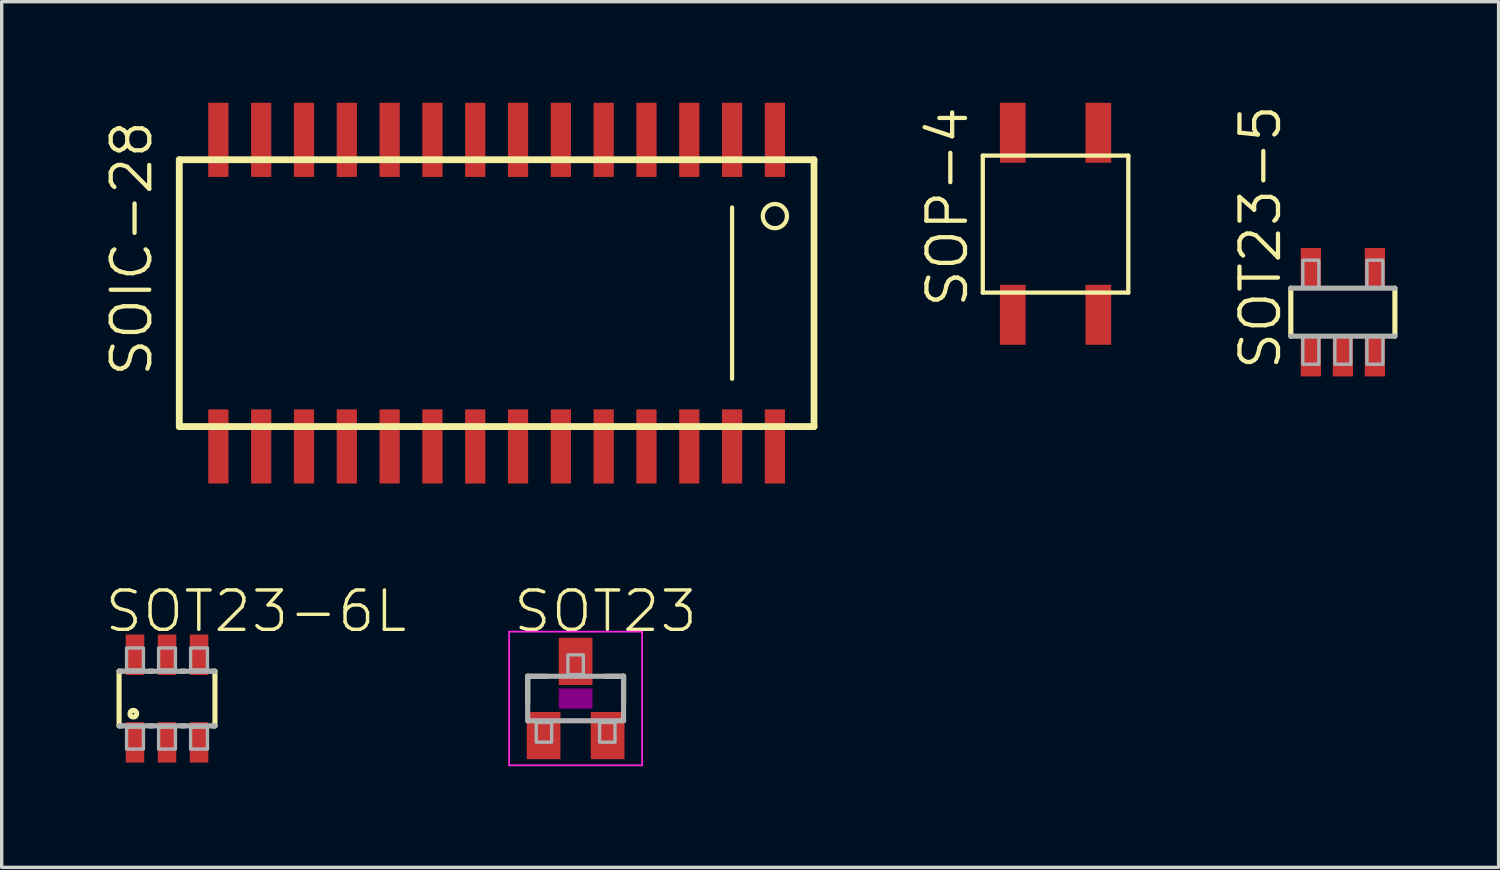
<source format=kicad_pcb>
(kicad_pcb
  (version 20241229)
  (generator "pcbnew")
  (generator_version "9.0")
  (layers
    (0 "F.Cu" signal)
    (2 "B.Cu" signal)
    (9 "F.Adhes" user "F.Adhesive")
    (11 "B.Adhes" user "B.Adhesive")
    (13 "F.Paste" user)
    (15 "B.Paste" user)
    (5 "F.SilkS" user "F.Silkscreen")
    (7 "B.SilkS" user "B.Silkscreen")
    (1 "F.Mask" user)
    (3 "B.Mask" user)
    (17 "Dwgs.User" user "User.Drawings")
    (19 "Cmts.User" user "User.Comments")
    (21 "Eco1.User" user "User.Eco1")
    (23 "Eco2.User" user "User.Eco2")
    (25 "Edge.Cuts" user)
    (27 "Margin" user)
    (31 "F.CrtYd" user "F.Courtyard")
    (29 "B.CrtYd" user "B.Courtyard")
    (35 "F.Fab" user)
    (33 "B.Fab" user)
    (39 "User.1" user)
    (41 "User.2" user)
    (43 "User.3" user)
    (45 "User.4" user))
  (footprint "SOT23"
    (layer "F.Cu")
    (at 14.027 17.673)
    (property "Reference" "SOT23" (at -1.905 -1.905 0) (layer "F.SilkS") (effects (font (size 1.168 1.168) (thickness 0.102)) (justify left bottom)))
    (fp_line (start -1.422 -0.66) (end -0.864 -0.66) (stroke (width 0.152) (type solid)) (layer "F.SilkS"))
    (fp_line (start -1.422 0.152) (end -1.422 -0.66) (stroke (width 0.152) (type solid)) (layer "F.SilkS"))
    (fp_line (start 0.864 -0.66) (end 1.422 -0.66) (stroke (width 0.152) (type solid)) (layer "F.SilkS"))
    (fp_line (start 1.422 -0.66) (end 1.422 0.152) (stroke (width 0.152) (type solid)) (layer "F.SilkS"))
    (fp_poly (pts (xy -0.5 0.3) (xy 0.5 0.3) (xy 0.5 -0.3) (xy -0.5 -0.3)) (stroke (width 0) (type default)) (fill yes) (layer "F.Adhes"))
    (fp_line (start -1.973 -1.983) (end 1.973 -1.983) (stroke (width 0.051) (type solid)) (layer "F.CrtYd"))
    (fp_line (start -1.973 1.983) (end -1.973 -1.983) (stroke (width 0.051) (type solid)) (layer "F.CrtYd"))
    (fp_line (start 1.973 -1.983) (end 1.973 1.983) (stroke (width 0.051) (type solid)) (layer "F.CrtYd"))
    (fp_line (start 1.973 1.983) (end -1.973 1.983) (stroke (width 0.051) (type solid)) (layer "F.CrtYd"))
    (fp_line (start -1.422 -0.66) (end 1.422 -0.66) (stroke (width 0.152) (type solid)) (layer "F.Fab"))
    (fp_line (start -1.422 0.66) (end -1.422 -0.66) (stroke (width 0.152) (type solid)) (layer "F.Fab"))
    (fp_line (start 1.422 -0.66) (end 1.422 0.66) (stroke (width 0.152) (type solid)) (layer "F.Fab"))
    (fp_line (start 1.422 0.66) (end -1.422 0.66) (stroke (width 0.152) (type solid)) (layer "F.Fab"))
    (fp_poly (pts (xy -1.168 1.295) (xy -0.711 1.295) (xy -0.711 0.711) (xy -1.168 0.711)) (stroke (width 0.1) (type default)) (fill no) (layer "F.Fab"))
    (fp_poly (pts (xy -0.229 -0.711) (xy 0.229 -0.711) (xy 0.229 -1.295) (xy -0.229 -1.295)) (stroke (width 0.1) (type default)) (fill no) (layer "F.Fab"))
    (fp_poly (pts (xy 0.711 1.295) (xy 1.168 1.295) (xy 1.168 0.711) (xy 0.711 0.711)) (stroke (width 0.1) (type default)) (fill no) (layer "F.Fab"))
    (pad "1" smd rect (at -0.95 1.1) (size 1 1.4) (layers "F.Cu" "F.Mask" "F.Paste"))
    (pad "2" smd rect (at 0.95 1.1) (size 1 1.4) (layers "F.Cu" "F.Mask" "F.Paste"))
    (pad "3" smd rect (at 0 -1.1) (size 1 1.4) (layers "F.Cu" "F.Mask" "F.Paste")))
  (footprint "SOIC-28"
    (layer "F.Cu")
    (at 11.049 5.647)
    (property "Reference" "SOIC-28" (at -9.525 2.54 90) (layer "F.SilkS") (effects (font (size 1.143 1.143) (thickness 0.127)) (justify left bottom)))
    (fp_line (start -8.78 -3.958) (end 10.05 -3.958) (stroke (width 0.203) (type solid)) (layer "F.SilkS"))
    (fp_line (start -8.78 3.958) (end -8.78 -3.958) (stroke (width 0.203) (type solid)) (layer "F.SilkS"))
    (fp_line (start 7.62 -2.54) (end 7.62 2.54) (stroke (width 0.127) (type solid)) (layer "F.SilkS"))
    (fp_line (start 10.05 -3.958) (end 10.05 3.958) (stroke (width 0.2) (type solid)) (layer "F.SilkS"))
    (fp_line (start 10.05 3.958) (end -8.78 3.958) (stroke (width 0.203) (type solid)) (layer "F.SilkS"))
    (fp_circle (center 8.89 -2.286) (end 9.249 -2.286) (stroke (width 0.127) (type solid)) (fill no) (layer "F.SilkS"))
    (pad "1" smd rect (at 8.89 -4.548) (size 0.6 2.2) (layers "F.Cu" "F.Mask" "F.Paste"))
    (pad "2" smd rect (at 7.62 -4.548) (size 0.6 2.2) (layers "F.Cu" "F.Mask" "F.Paste"))
    (pad "3" smd rect (at 6.35 -4.548) (size 0.6 2.2) (layers "F.Cu" "F.Mask" "F.Paste"))
    (pad "4" smd rect (at 5.08 -4.548) (size 0.6 2.2) (layers "F.Cu" "F.Mask" "F.Paste"))
    (pad "5" smd rect (at 3.81 -4.548) (size 0.6 2.2) (layers "F.Cu" "F.Mask" "F.Paste"))
    (pad "6" smd rect (at 2.54 -4.548) (size 0.6 2.2) (layers "F.Cu" "F.Mask" "F.Paste"))
    (pad "7" smd rect (at 1.27 -4.548) (size 0.6 2.2) (layers "F.Cu" "F.Mask" "F.Paste"))
    (pad "8" smd rect (at 0 -4.548) (size 0.6 2.2) (layers "F.Cu" "F.Mask" "F.Paste"))
    (pad "9" smd rect (at -1.27 -4.548) (size 0.6 2.2) (layers "F.Cu" "F.Mask" "F.Paste"))
    (pad "10" smd rect (at -2.54 -4.548) (size 0.6 2.2) (layers "F.Cu" "F.Mask" "F.Paste"))
    (pad "11" smd rect (at -3.81 -4.548) (size 0.6 2.2) (layers "F.Cu" "F.Mask" "F.Paste"))
    (pad "12" smd rect (at -5.08 -4.548) (size 0.6 2.2) (layers "F.Cu" "F.Mask" "F.Paste"))
    (pad "13" smd rect (at -6.35 -4.548) (size 0.6 2.2) (layers "F.Cu" "F.Mask" "F.Paste"))
    (pad "14" smd rect (at -7.62 -4.548) (size 0.6 2.2) (layers "F.Cu" "F.Mask" "F.Paste"))
    (pad "15" smd rect (at -7.62 4.548) (size 0.6 2.2) (layers "F.Cu" "F.Mask" "F.Paste"))
    (pad "16" smd rect (at -6.35 4.548) (size 0.6 2.2) (layers "F.Cu" "F.Mask" "F.Paste"))
    (pad "17" smd rect (at -5.08 4.548) (size 0.6 2.2) (layers "F.Cu" "F.Mask" "F.Paste"))
    (pad "18" smd rect (at -3.81 4.548) (size 0.6 2.2) (layers "F.Cu" "F.Mask" "F.Paste"))
    (pad "19" smd rect (at -2.54 4.548) (size 0.6 2.2) (layers "F.Cu" "F.Mask" "F.Paste"))
    (pad "20" smd rect (at -1.27 4.548) (size 0.6 2.2) (layers "F.Cu" "F.Mask" "F.Paste"))
    (pad "21" smd rect (at 0 4.548) (size 0.6 2.2) (layers "F.Cu" "F.Mask" "F.Paste"))
    (pad "22" smd rect (at 1.27 4.548) (size 0.6 2.2) (layers "F.Cu" "F.Mask" "F.Paste"))
    (pad "23" smd rect (at 2.54 4.548) (size 0.6 2.2) (layers "F.Cu" "F.Mask" "F.Paste"))
    (pad "24" smd rect (at 3.81 4.548) (size 0.6 2.2) (layers "F.Cu" "F.Mask" "F.Paste"))
    (pad "25" smd rect (at 5.08 4.548) (size 0.6 2.2) (layers "F.Cu" "F.Mask" "F.Paste"))
    (pad "26" smd rect (at 6.35 4.548) (size 0.6 2.2) (layers "F.Cu" "F.Mask" "F.Paste"))
    (pad "27" smd rect (at 7.62 4.548) (size 0.6 2.2) (layers "F.Cu" "F.Mask" "F.Paste"))
    (pad "28" smd rect (at 8.89 4.548) (size 0.6 2.2) (layers "F.Cu" "F.Mask" "F.Paste")))
  (footprint "SOT23-6L"
    (layer "F.Cu")
    (at 1.905 17.673)
    (property "Reference" "SOT23-6L" (at -1.905 -1.905 0) (layer "F.SilkS") (effects (font (size 1.168 1.168) (thickness 0.102)) (justify left bottom)))
    (fp_line (start -1.422 -0.81) (end -1.328 -0.81) (stroke (width 0.152) (type solid)) (layer "F.SilkS"))
    (fp_line (start -1.422 0.81) (end -1.422 -0.81) (stroke (width 0.152) (type solid)) (layer "F.SilkS"))
    (fp_line (start -1.328 0.81) (end -1.422 0.81) (stroke (width 0.152) (type solid)) (layer "F.SilkS"))
    (fp_line (start -0.522 -0.81) (end -0.428 -0.81) (stroke (width 0.152) (type solid)) (layer "F.SilkS"))
    (fp_line (start -0.428 0.81) (end -0.522 0.81) (stroke (width 0.152) (type solid)) (layer "F.SilkS"))
    (fp_line (start 0.428 -0.81) (end 0.522 -0.81) (stroke (width 0.152) (type solid)) (layer "F.SilkS"))
    (fp_line (start 0.522 0.81) (end 0.428 0.81) (stroke (width 0.152) (type solid)) (layer "F.SilkS"))
    (fp_line (start 1.328 -0.81) (end 1.422 -0.81) (stroke (width 0.152) (type solid)) (layer "F.SilkS"))
    (fp_line (start 1.422 -0.81) (end 1.422 0.81) (stroke (width 0.152) (type solid)) (layer "F.SilkS"))
    (fp_line (start 1.422 0.81) (end 1.328 0.81) (stroke (width 0.152) (type solid)) (layer "F.SilkS"))
    (fp_circle (center -1 0.45) (end -0.9 0.45) (stroke (width 0.152) (type solid)) (fill no) (layer "F.SilkS"))
    (fp_line (start -1.422 -0.81) (end 1.422 -0.81) (stroke (width 0.152) (type solid)) (layer "F.Fab"))
    (fp_line (start 1.422 0.81) (end -1.422 0.81) (stroke (width 0.152) (type solid)) (layer "F.Fab"))
    (fp_poly (pts (xy -1.2 -0.85) (xy -0.7 -0.85) (xy -0.7 -1.5) (xy -1.2 -1.5)) (stroke (width 0.1) (type default)) (fill no) (layer "F.Fab"))
    (fp_poly (pts (xy -1.2 1.5) (xy -0.7 1.5) (xy -0.7 0.85) (xy -1.2 0.85)) (stroke (width 0.1) (type default)) (fill no) (layer "F.Fab"))
    (fp_poly (pts (xy -0.25 -0.85) (xy 0.25 -0.85) (xy 0.25 -1.5) (xy -0.25 -1.5)) (stroke (width 0.1) (type default)) (fill no) (layer "F.Fab"))
    (fp_poly (pts (xy -0.25 1.5) (xy 0.25 1.5) (xy 0.25 0.85) (xy -0.25 0.85)) (stroke (width 0.1) (type default)) (fill no) (layer "F.Fab"))
    (fp_poly (pts (xy 0.7 -0.85) (xy 1.2 -0.85) (xy 1.2 -1.5) (xy 0.7 -1.5)) (stroke (width 0.1) (type default)) (fill no) (layer "F.Fab"))
    (fp_poly (pts (xy 0.7 1.5) (xy 1.2 1.5) (xy 1.2 0.85) (xy 0.7 0.85)) (stroke (width 0.1) (type default)) (fill no) (layer "F.Fab"))
    (pad "1" smd rect (at -0.95 1.3) (size 0.55 1.2) (layers "F.Cu" "F.Mask" "F.Paste"))
    (pad "2" smd rect (at 0 1.3) (size 0.55 1.2) (layers "F.Cu" "F.Mask" "F.Paste"))
    (pad "3" smd rect (at 0.95 1.3) (size 0.55 1.2) (layers "F.Cu" "F.Mask" "F.Paste"))
    (pad "4" smd rect (at 0.95 -1.3) (size 0.55 1.2) (layers "F.Cu" "F.Mask" "F.Paste"))
    (pad "5" smd rect (at 0 -1.3) (size 0.55 1.2) (layers "F.Cu" "F.Mask" "F.Paste"))
    (pad "6" smd rect (at -0.95 -1.3) (size 0.55 1.2) (layers "F.Cu" "F.Mask" "F.Paste")))
  (footprint "SOP-4"
    (layer "F.Cu")
    (at 28.9 3.599)
    (property "Reference" "SOP-4" (at -3.175 2.54 90) (layer "F.SilkS") (effects (font (size 1.143 1.143) (thickness 0.127)) (justify left bottom)))
    (fp_line (start -2.794 -2.032) (end -2.794 2.032) (stroke (width 0.127) (type solid)) (layer "F.SilkS"))
    (fp_line (start -2.794 2.032) (end 1.524 2.032) (stroke (width 0.127) (type solid)) (layer "F.SilkS"))
    (fp_line (start 1.524 -2.032) (end -2.794 -2.032) (stroke (width 0.127) (type solid)) (layer "F.SilkS"))
    (fp_line (start 1.524 2.032) (end 1.524 -2.032) (stroke (width 0.127) (type solid)) (layer "F.SilkS"))
    (pad "1" smd rect (at -1.905 2.69) (size 0.762 1.778) (layers "F.Cu" "F.Mask" "F.Paste"))
    (pad "2" smd rect (at 0.635 2.69) (size 0.762 1.778) (layers "F.Cu" "F.Mask" "F.Paste"))
    (pad "3" smd rect (at 0.635 -2.71) (size 0.762 1.778) (layers "F.Cu" "F.Mask" "F.Paste"))
    (pad "4" smd rect (at -1.905 -2.71) (size 0.762 1.778) (layers "F.Cu" "F.Mask" "F.Paste")))
  (footprint "SOT23-5"
    (layer "F.Cu")
    (at 36.789 6.212)
    (property "Reference" "SOT23-5" (at -1.778 1.778 90) (layer "F.SilkS") (effects (font (size 1.143 1.143) (thickness 0.127)) (justify left bottom)))
    (fp_line (start -1.544 0.712) (end -1.544 -0.713) (stroke (width 0.152) (type solid)) (layer "F.SilkS"))
    (fp_line (start 1.544 -0.713) (end 1.544 0.712) (stroke (width 0.152) (type solid)) (layer "F.SilkS"))
    (fp_line (start -1.544 -0.713) (end 1.544 -0.713) (stroke (width 0.152) (type solid)) (layer "F.Fab"))
    (fp_line (start 1.544 0.712) (end -1.544 0.712) (stroke (width 0.152) (type solid)) (layer "F.Fab"))
    (fp_poly (pts (xy -1.188 -0.713) (xy -0.713 -0.713) (xy -0.713 -1.544) (xy -1.188 -1.544)) (stroke (width 0.1) (type default)) (fill no) (layer "F.Fab"))
    (fp_poly (pts (xy -1.188 1.544) (xy -0.713 1.544) (xy -0.713 0.712) (xy -1.188 0.712)) (stroke (width 0.1) (type default)) (fill no) (layer "F.Fab"))
    (fp_poly (pts (xy -0.237 1.544) (xy 0.237 1.544) (xy 0.237 0.712) (xy -0.237 0.712)) (stroke (width 0.1) (type default)) (fill no) (layer "F.Fab"))
    (fp_poly (pts (xy 0.713 -0.713) (xy 1.188 -0.713) (xy 1.188 -1.544) (xy 0.713 -1.544)) (stroke (width 0.1) (type default)) (fill no) (layer "F.Fab"))
    (fp_poly (pts (xy 0.713 1.544) (xy 1.188 1.544) (xy 1.188 0.712) (xy 0.713 0.712)) (stroke (width 0.1) (type default)) (fill no) (layer "F.Fab"))
    (pad "1" smd rect (at -0.95 1.306) (size 0.6 1.2) (layers "F.Cu" "F.Mask" "F.Paste"))
    (pad "2" smd rect (at 0 1.306) (size 0.6 1.2) (layers "F.Cu" "F.Mask" "F.Paste"))
    (pad "3" smd rect (at 0.95 1.306) (size 0.6 1.2) (layers "F.Cu" "F.Mask" "F.Paste"))
    (pad "4" smd rect (at 0.95 -1.306) (size 0.6 1.2) (layers "F.Cu" "F.Mask" "F.Paste"))
    (pad "5" smd rect (at -0.95 -1.306) (size 0.6 1.2) (layers "F.Cu" "F.Mask" "F.Paste")))
  (gr_rect
    (start -3 -3)
    (end 41.409 22.682)
    (stroke (width 0.1) (type default))
    (fill no)
    (layer "Edge.Cuts")))
</source>
